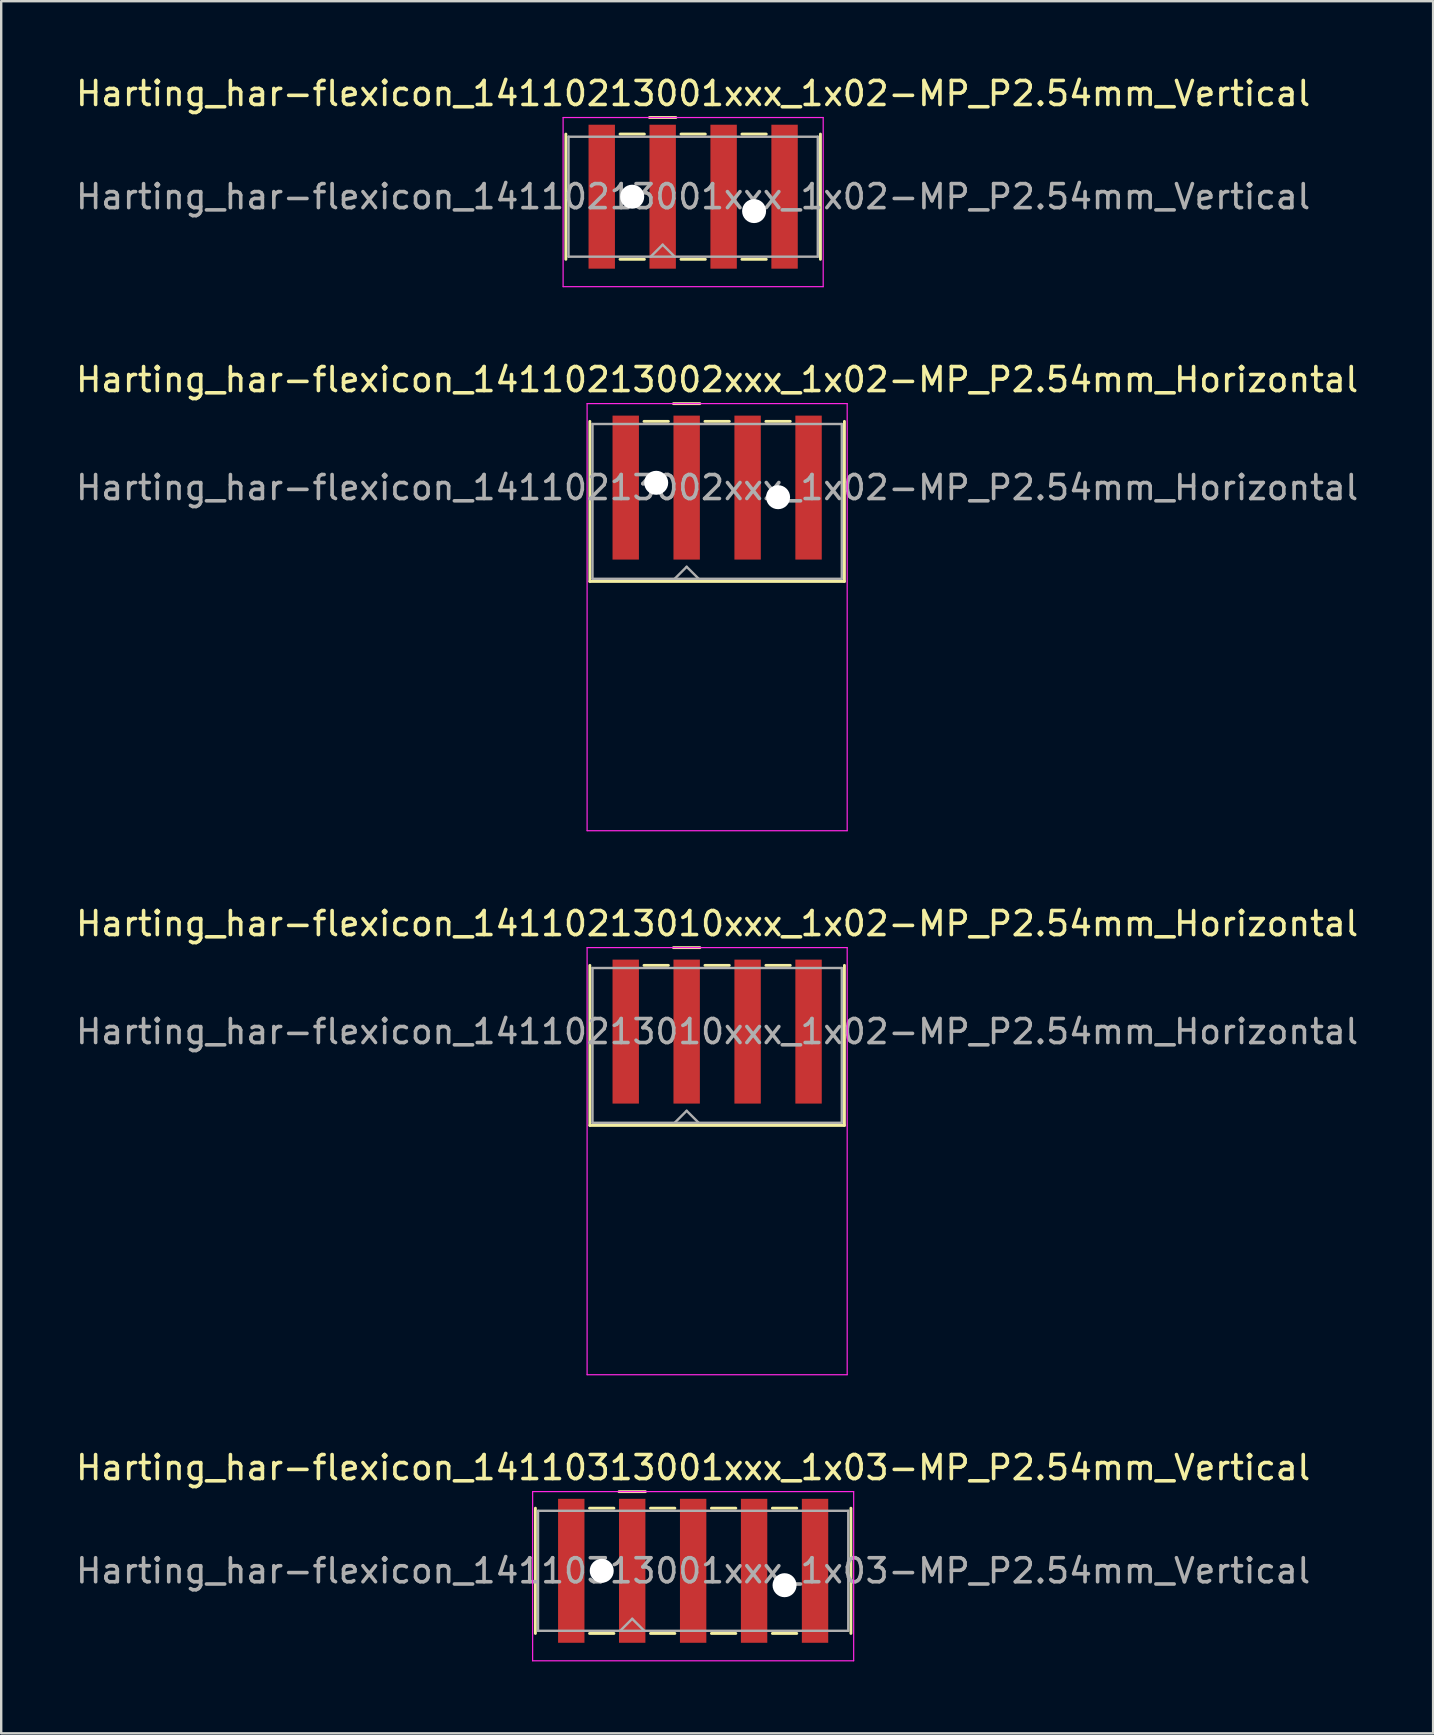
<source format=kicad_pcb>
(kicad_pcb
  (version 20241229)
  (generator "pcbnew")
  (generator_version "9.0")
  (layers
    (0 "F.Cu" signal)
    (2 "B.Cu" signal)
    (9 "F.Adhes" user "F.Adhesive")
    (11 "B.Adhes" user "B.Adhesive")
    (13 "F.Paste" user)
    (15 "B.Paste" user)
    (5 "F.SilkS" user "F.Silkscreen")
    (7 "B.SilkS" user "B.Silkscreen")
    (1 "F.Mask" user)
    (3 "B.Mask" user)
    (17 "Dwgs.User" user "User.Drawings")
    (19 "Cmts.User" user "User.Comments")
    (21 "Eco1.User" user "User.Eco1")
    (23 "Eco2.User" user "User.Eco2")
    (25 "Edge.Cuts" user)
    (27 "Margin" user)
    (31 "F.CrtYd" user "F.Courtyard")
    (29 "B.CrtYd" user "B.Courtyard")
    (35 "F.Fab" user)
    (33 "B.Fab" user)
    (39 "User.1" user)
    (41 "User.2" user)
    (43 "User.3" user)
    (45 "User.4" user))
  (footprint "Harting_har-flexicon_14110213010xxx_1x02-MP_P2.54mm_Horizontal"
    (layer "F.Cu")
    (at 26.839 41.245)
    (property "Reference" "Harting_har-flexicon_14110213010xxx_1x02-MP_P2.54mm_Horizontal" (at 0 -5.8 0) (layer "F.SilkS") (effects (font (size 1 1) (thickness 0.15))))
    (attr smd)
    (fp_line (start -5.305 -4.06) (end -5.305 2.61) (stroke (width 0.12) (type solid)) (layer "F.SilkS"))
    (fp_line (start -3.048 -4.06) (end -2.032 -4.06) (stroke (width 0.12) (type solid)) (layer "F.SilkS"))
    (fp_line (start -1.82 -4.8) (end -0.72 -4.8) (stroke (width 0.12) (type solid)) (layer "F.SilkS"))
    (fp_line (start -0.508 -4.06) (end 0.508 -4.06) (stroke (width 0.12) (type solid)) (layer "F.SilkS"))
    (fp_line (start 2.032 -4.06) (end 3.048 -4.06) (stroke (width 0.12) (type solid)) (layer "F.SilkS"))
    (fp_line (start 5.305 -4.06) (end 5.305 2.61) (stroke (width 0.12) (type solid)) (layer "F.SilkS"))
    (fp_line (start 5.305 2.61) (end -5.305 2.61) (stroke (width 0.12) (type solid)) (layer "F.SilkS"))
    (fp_line (start -5.42 -4.8) (end -5.42 13) (stroke (width 0.05) (type solid)) (layer "F.CrtYd"))
    (fp_line (start -5.42 13) (end 5.42 13) (stroke (width 0.05) (type solid)) (layer "F.CrtYd"))
    (fp_line (start 5.42 -4.8) (end -5.42 -4.8) (stroke (width 0.05) (type solid)) (layer "F.CrtYd"))
    (fp_line (start 5.42 13) (end 5.42 -4.8) (stroke (width 0.05) (type solid)) (layer "F.CrtYd"))
    (fp_line (start -5.195 -3.95) (end -5.195 2.5) (stroke (width 0.1) (type solid)) (layer "F.Fab"))
    (fp_line (start -5.195 2.5) (end 5.195 2.5) (stroke (width 0.1) (type solid)) (layer "F.Fab"))
    (fp_line (start -1.77 2.5) (end -1.27 2) (stroke (width 0.1) (type solid)) (layer "F.Fab"))
    (fp_line (start -1.27 2) (end -0.77 2.5) (stroke (width 0.1) (type solid)) (layer "F.Fab"))
    (fp_line (start 5.195 -3.95) (end -5.195 -3.95) (stroke (width 0.1) (type solid)) (layer "F.Fab"))
    (fp_line (start 5.195 2.5) (end 5.195 -3.95) (stroke (width 0.1) (type solid)) (layer "F.Fab"))
    (fp_text user "${REFERENCE}" (at 0 -1.3 0) (layer "F.Fab") (effects (font (size 1 1) (thickness 0.15))))
    (pad "1" smd rect (at -1.27 -1.3) (size 1.1 6) (layers "F.Cu" "F.Mask" "F.Paste"))
    (pad "2" smd rect (at 1.27 -1.3) (size 1.1 6) (layers "F.Cu" "F.Mask" "F.Paste"))
    (pad "MP" smd rect (at -3.81 -1.3) (size 1.1 6) (layers "F.Cu" "F.Mask" "F.Paste"))
    (pad "MP" smd rect (at 3.81 -1.3) (size 1.1 6) (layers "F.Cu" "F.Mask" "F.Paste")))
  (footprint "Harting_har-flexicon_14110213002xxx_1x02-MP_P2.54mm_Horizontal"
    (layer "F.Cu")
    (at 26.839 18.572)
    (property "Reference" "Harting_har-flexicon_14110213002xxx_1x02-MP_P2.54mm_Horizontal" (at 0 -5.8 0) (layer "F.SilkS") (effects (font (size 1 1) (thickness 0.15))))
    (attr smd)
    (fp_line (start -5.305 -4.06) (end -5.305 2.61) (stroke (width 0.12) (type solid)) (layer "F.SilkS"))
    (fp_line (start -3.048 -4.06) (end -2.032 -4.06) (stroke (width 0.12) (type solid)) (layer "F.SilkS"))
    (fp_line (start -1.82 -4.8) (end -0.72 -4.8) (stroke (width 0.12) (type solid)) (layer "F.SilkS"))
    (fp_line (start -0.508 -4.06) (end 0.508 -4.06) (stroke (width 0.12) (type solid)) (layer "F.SilkS"))
    (fp_line (start 2.032 -4.06) (end 3.048 -4.06) (stroke (width 0.12) (type solid)) (layer "F.SilkS"))
    (fp_line (start 5.305 -4.06) (end 5.305 2.61) (stroke (width 0.12) (type solid)) (layer "F.SilkS"))
    (fp_line (start 5.305 2.61) (end -5.305 2.61) (stroke (width 0.12) (type solid)) (layer "F.SilkS"))
    (fp_line (start -5.42 -4.8) (end -5.42 13) (stroke (width 0.05) (type solid)) (layer "F.CrtYd"))
    (fp_line (start -5.42 13) (end 5.42 13) (stroke (width 0.05) (type solid)) (layer "F.CrtYd"))
    (fp_line (start 5.42 -4.8) (end -5.42 -4.8) (stroke (width 0.05) (type solid)) (layer "F.CrtYd"))
    (fp_line (start 5.42 13) (end 5.42 -4.8) (stroke (width 0.05) (type solid)) (layer "F.CrtYd"))
    (fp_line (start -5.195 -3.95) (end -5.195 2.5) (stroke (width 0.1) (type solid)) (layer "F.Fab"))
    (fp_line (start -5.195 2.5) (end 5.195 2.5) (stroke (width 0.1) (type solid)) (layer "F.Fab"))
    (fp_line (start -1.77 2.5) (end -1.27 2) (stroke (width 0.1) (type solid)) (layer "F.Fab"))
    (fp_line (start -1.27 2) (end -0.77 2.5) (stroke (width 0.1) (type solid)) (layer "F.Fab"))
    (fp_line (start 5.195 -3.95) (end -5.195 -3.95) (stroke (width 0.1) (type solid)) (layer "F.Fab"))
    (fp_line (start 5.195 2.5) (end 5.195 -3.95) (stroke (width 0.1) (type solid)) (layer "F.Fab"))
    (fp_text user "${REFERENCE}" (at 0 -1.3 0) (layer "F.Fab") (effects (font (size 1 1) (thickness 0.15))))
    (pad "" np_thru_hole circle (at -2.54 -1.5) (size 1 1) (drill 1) (layers "*.Cu" "*.Mask"))
    (pad "" np_thru_hole circle (at 2.54 -0.9) (size 1 1) (drill 1) (layers "*.Cu" "*.Mask"))
    (pad "1" smd rect (at -1.27 -1.3) (size 1.1 6) (layers "F.Cu" "F.Mask" "F.Paste"))
    (pad "2" smd rect (at 1.27 -1.3) (size 1.1 6) (layers "F.Cu" "F.Mask" "F.Paste"))
    (pad "MP" smd rect (at -3.81 -1.3) (size 1.1 6) (layers "F.Cu" "F.Mask" "F.Paste"))
    (pad "MP" smd rect (at 3.81 -1.3) (size 1.1 6) (layers "F.Cu" "F.Mask" "F.Paste")))
  (footprint "Harting_har-flexicon_14110213001xxx_1x02-MP_P2.54mm_Vertical"
    (layer "F.Cu")
    (at 25.839 5.148)
    (property "Reference" "Harting_har-flexicon_14110213001xxx_1x02-MP_P2.54mm_Vertical" (at 0 -4.3 0) (layer "F.SilkS") (effects (font (size 1 1) (thickness 0.15))))
    (attr smd)
    (fp_line (start -5.305 -2.61) (end -5.305 2.61) (stroke (width 0.12) (type solid)) (layer "F.SilkS"))
    (fp_line (start -3.048 -2.61) (end -2.032 -2.61) (stroke (width 0.12) (type solid)) (layer "F.SilkS"))
    (fp_line (start -3.048 2.61) (end -2.032 2.61) (stroke (width 0.12) (type solid)) (layer "F.SilkS"))
    (fp_line (start -1.82 -3.3) (end -0.72 -3.3) (stroke (width 0.12) (type solid)) (layer "F.SilkS"))
    (fp_line (start -0.508 -2.61) (end 0.508 -2.61) (stroke (width 0.12) (type solid)) (layer "F.SilkS"))
    (fp_line (start -0.508 2.61) (end 0.508 2.61) (stroke (width 0.12) (type solid)) (layer "F.SilkS"))
    (fp_line (start 2.032 -2.61) (end 3.048 -2.61) (stroke (width 0.12) (type solid)) (layer "F.SilkS"))
    (fp_line (start 2.032 2.61) (end 3.048 2.61) (stroke (width 0.12) (type solid)) (layer "F.SilkS"))
    (fp_line (start 5.305 -2.61) (end 5.305 2.61) (stroke (width 0.12) (type solid)) (layer "F.SilkS"))
    (fp_line (start -5.42 -3.3) (end -5.42 3.75) (stroke (width 0.05) (type solid)) (layer "F.CrtYd"))
    (fp_line (start -5.42 3.75) (end 5.42 3.75) (stroke (width 0.05) (type solid)) (layer "F.CrtYd"))
    (fp_line (start 5.42 -3.3) (end -5.42 -3.3) (stroke (width 0.05) (type solid)) (layer "F.CrtYd"))
    (fp_line (start 5.42 3.75) (end 5.42 -3.3) (stroke (width 0.05) (type solid)) (layer "F.CrtYd"))
    (fp_line (start -5.195 -2.5) (end -5.195 2.5) (stroke (width 0.1) (type solid)) (layer "F.Fab"))
    (fp_line (start -5.195 2.5) (end 5.195 2.5) (stroke (width 0.1) (type solid)) (layer "F.Fab"))
    (fp_line (start -1.77 2.5) (end -1.27 2) (stroke (width 0.1) (type solid)) (layer "F.Fab"))
    (fp_line (start -1.27 2) (end -0.77 2.5) (stroke (width 0.1) (type solid)) (layer "F.Fab"))
    (fp_line (start 5.195 -2.5) (end -5.195 -2.5) (stroke (width 0.1) (type solid)) (layer "F.Fab"))
    (fp_line (start 5.195 2.5) (end 5.195 -2.5) (stroke (width 0.1) (type solid)) (layer "F.Fab"))
    (fp_text user "${REFERENCE}" (at 0 0 0) (layer "F.Fab") (effects (font (size 1 1) (thickness 0.15))))
    (pad "" np_thru_hole circle (at -2.54 0) (size 1 1) (drill 1) (layers "*.Cu" "*.Mask"))
    (pad "" np_thru_hole circle (at 2.54 0.6) (size 1 1) (drill 1) (layers "*.Cu" "*.Mask"))
    (pad "1" smd rect (at -1.27 0) (size 1.1 6) (layers "F.Cu" "F.Mask" "F.Paste"))
    (pad "2" smd rect (at 1.27 0) (size 1.1 6) (layers "F.Cu" "F.Mask" "F.Paste"))
    (pad "MP" smd rect (at -3.81 0) (size 1.1 6) (layers "F.Cu" "F.Mask" "F.Paste"))
    (pad "MP" smd rect (at 3.81 0) (size 1.1 6) (layers "F.Cu" "F.Mask" "F.Paste")))
  (footprint "Harting_har-flexicon_14110313001xxx_1x03-MP_P2.54mm_Vertical"
    (layer "F.Cu")
    (at 25.839 62.418)
    (property "Reference" "Harting_har-flexicon_14110313001xxx_1x03-MP_P2.54mm_Vertical" (at 0 -4.3 0) (layer "F.SilkS") (effects (font (size 1 1) (thickness 0.15))))
    (attr smd)
    (fp_line (start -6.575 -2.61) (end -6.575 2.61) (stroke (width 0.12) (type solid)) (layer "F.SilkS"))
    (fp_line (start -4.318 -2.61) (end -3.302 -2.61) (stroke (width 0.12) (type solid)) (layer "F.SilkS"))
    (fp_line (start -4.318 2.61) (end -3.302 2.61) (stroke (width 0.12) (type solid)) (layer "F.SilkS"))
    (fp_line (start -3.09 -3.3) (end -1.99 -3.3) (stroke (width 0.12) (type solid)) (layer "F.SilkS"))
    (fp_line (start -1.778 -2.61) (end -0.762 -2.61) (stroke (width 0.12) (type solid)) (layer "F.SilkS"))
    (fp_line (start -1.778 2.61) (end -0.762 2.61) (stroke (width 0.12) (type solid)) (layer "F.SilkS"))
    (fp_line (start 0.762 -2.61) (end 1.778 -2.61) (stroke (width 0.12) (type solid)) (layer "F.SilkS"))
    (fp_line (start 0.762 2.61) (end 1.778 2.61) (stroke (width 0.12) (type solid)) (layer "F.SilkS"))
    (fp_line (start 3.302 -2.61) (end 4.318 -2.61) (stroke (width 0.12) (type solid)) (layer "F.SilkS"))
    (fp_line (start 3.302 2.61) (end 4.318 2.61) (stroke (width 0.12) (type solid)) (layer "F.SilkS"))
    (fp_line (start 6.575 -2.61) (end 6.575 2.61) (stroke (width 0.12) (type solid)) (layer "F.SilkS"))
    (fp_line (start -6.69 -3.3) (end -6.69 3.75) (stroke (width 0.05) (type solid)) (layer "F.CrtYd"))
    (fp_line (start -6.69 3.75) (end 6.69 3.75) (stroke (width 0.05) (type solid)) (layer "F.CrtYd"))
    (fp_line (start 6.69 -3.3) (end -6.69 -3.3) (stroke (width 0.05) (type solid)) (layer "F.CrtYd"))
    (fp_line (start 6.69 3.75) (end 6.69 -3.3) (stroke (width 0.05) (type solid)) (layer "F.CrtYd"))
    (fp_line (start -6.465 -2.5) (end -6.465 2.5) (stroke (width 0.1) (type solid)) (layer "F.Fab"))
    (fp_line (start -6.465 2.5) (end 6.465 2.5) (stroke (width 0.1) (type solid)) (layer "F.Fab"))
    (fp_line (start -3.04 2.5) (end -2.54 2) (stroke (width 0.1) (type solid)) (layer "F.Fab"))
    (fp_line (start -2.54 2) (end -2.04 2.5) (stroke (width 0.1) (type solid)) (layer "F.Fab"))
    (fp_line (start 6.465 -2.5) (end -6.465 -2.5) (stroke (width 0.1) (type solid)) (layer "F.Fab"))
    (fp_line (start 6.465 2.5) (end 6.465 -2.5) (stroke (width 0.1) (type solid)) (layer "F.Fab"))
    (fp_text user "${REFERENCE}" (at 0 0 0) (layer "F.Fab") (effects (font (size 1 1) (thickness 0.15))))
    (pad "" np_thru_hole circle (at -3.81 0) (size 1 1) (drill 1) (layers "*.Cu" "*.Mask"))
    (pad "" np_thru_hole circle (at 3.81 0.6) (size 1 1) (drill 1) (layers "*.Cu" "*.Mask"))
    (pad "1" smd rect (at -2.54 0) (size 1.1 6) (layers "F.Cu" "F.Mask" "F.Paste"))
    (pad "2" smd rect (at 0 0) (size 1.1 6) (layers "F.Cu" "F.Mask" "F.Paste"))
    (pad "3" smd rect (at 2.54 0) (size 1.1 6) (layers "F.Cu" "F.Mask" "F.Paste"))
    (pad "MP" smd rect (at -5.08 0) (size 1.1 6) (layers "F.Cu" "F.Mask" "F.Paste"))
    (pad "MP" smd rect (at 5.08 0) (size 1.1 6) (layers "F.Cu" "F.Mask" "F.Paste")))
  (gr_rect
    (start -3 -3)
    (end 56.679 69.193)
    (stroke (width 0.1) (type default))
    (fill no)
    (layer "Edge.Cuts")))
</source>
